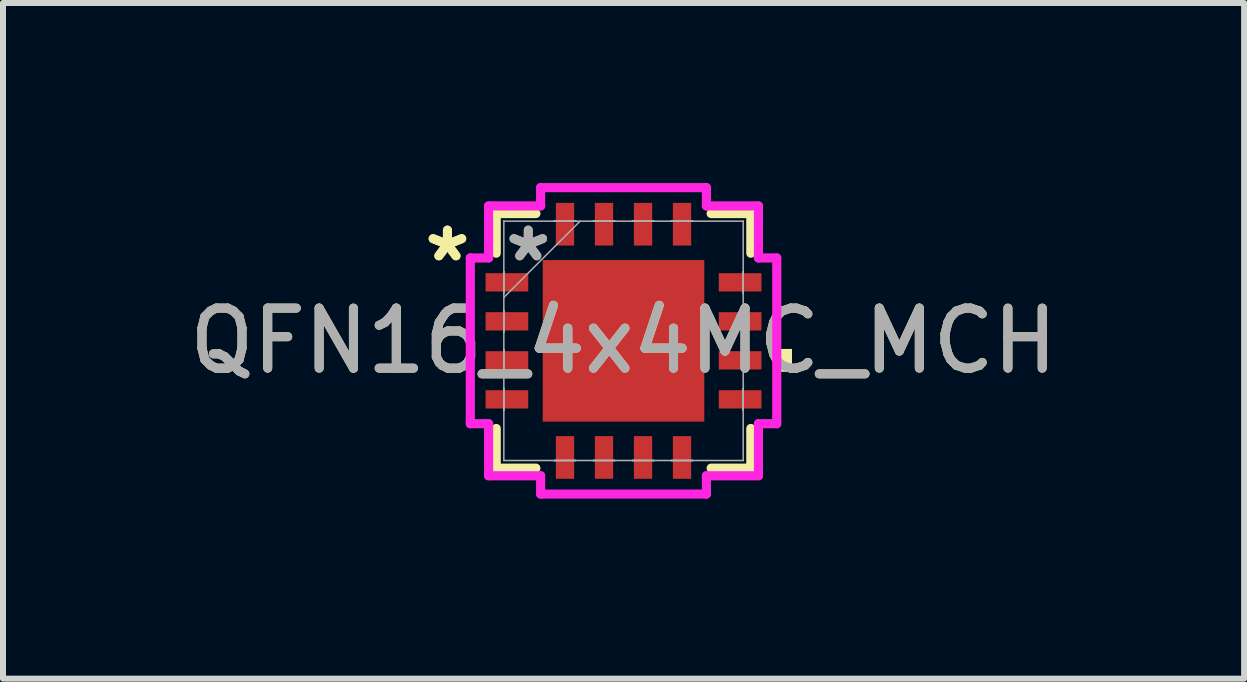
<source format=kicad_pcb>
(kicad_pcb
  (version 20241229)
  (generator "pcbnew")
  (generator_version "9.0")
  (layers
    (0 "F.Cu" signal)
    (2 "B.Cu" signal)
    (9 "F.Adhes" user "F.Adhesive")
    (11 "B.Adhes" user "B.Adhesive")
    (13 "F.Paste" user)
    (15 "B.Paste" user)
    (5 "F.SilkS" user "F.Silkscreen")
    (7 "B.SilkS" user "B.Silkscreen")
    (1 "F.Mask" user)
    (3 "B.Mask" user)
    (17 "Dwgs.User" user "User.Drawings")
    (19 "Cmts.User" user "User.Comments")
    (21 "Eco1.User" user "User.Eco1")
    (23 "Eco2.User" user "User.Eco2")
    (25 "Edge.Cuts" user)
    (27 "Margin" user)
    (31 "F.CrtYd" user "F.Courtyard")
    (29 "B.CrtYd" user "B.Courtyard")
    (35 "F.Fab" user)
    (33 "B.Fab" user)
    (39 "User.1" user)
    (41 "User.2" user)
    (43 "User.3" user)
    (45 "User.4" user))
  (footprint "QFN16_4x4MC_MCH"
    (layer "F.Cu")
    (at 7.339 2.629)
    (property "Reference" "QFN16_4x4MC_MCH" (at 0 0 0) (unlocked yes) (layer "F.SilkS") (effects (font (size 1 1) (thickness 0.15))))
    (attr smd)
    (fp_line (start -2.121 -2.121) (end -2.121 -1.46) (stroke (width 0.152) (type solid)) (layer "F.SilkS"))
    (fp_line (start -2.121 1.46) (end -2.121 2.121) (stroke (width 0.152) (type solid)) (layer "F.SilkS"))
    (fp_line (start -2.121 2.121) (end -1.46 2.121) (stroke (width 0.152) (type solid)) (layer "F.SilkS"))
    (fp_line (start -1.46 -2.121) (end -2.121 -2.121) (stroke (width 0.152) (type solid)) (layer "F.SilkS"))
    (fp_line (start 1.46 2.121) (end 2.121 2.121) (stroke (width 0.152) (type solid)) (layer "F.SilkS"))
    (fp_line (start 2.121 -2.121) (end 1.46 -2.121) (stroke (width 0.152) (type solid)) (layer "F.SilkS"))
    (fp_line (start 2.121 -1.46) (end 2.121 -2.121) (stroke (width 0.152) (type solid)) (layer "F.SilkS"))
    (fp_line (start 2.121 2.121) (end 2.121 1.46) (stroke (width 0.152) (type solid)) (layer "F.SilkS"))
    (fp_poly (pts (xy 2.807 0.135) (xy 2.807 0.516) (xy 2.553 0.516) (xy 2.553 0.135)) (stroke (width 0) (type solid)) (fill yes) (layer "F.SilkS"))
    (fp_poly (pts (xy -1.246 -1.246) (xy -1.246 -0.1) (xy -0.1 -0.1) (xy -0.1 -1.246)) (stroke (width 0) (type solid)) (fill yes) (layer "F.Paste"))
    (fp_poly (pts (xy -1.246 0.1) (xy -1.246 1.246) (xy -0.1 1.246) (xy -0.1 0.1)) (stroke (width 0) (type solid)) (fill yes) (layer "F.Paste"))
    (fp_poly (pts (xy 0.1 -1.246) (xy 0.1 -0.1) (xy 1.246 -0.1) (xy 1.246 -1.246)) (stroke (width 0) (type solid)) (fill yes) (layer "F.Paste"))
    (fp_poly (pts (xy 0.1 0.1) (xy 0.1 1.246) (xy 1.246 1.246) (xy 1.246 0.1)) (stroke (width 0) (type solid)) (fill yes) (layer "F.Paste"))
    (fp_line (start -2.553 -1.381) (end -2.248 -1.381) (stroke (width 0.152) (type solid)) (layer "F.CrtYd"))
    (fp_line (start -2.553 1.381) (end -2.553 -1.381) (stroke (width 0.152) (type solid)) (layer "F.CrtYd"))
    (fp_line (start -2.248 -2.248) (end -1.381 -2.248) (stroke (width 0.152) (type solid)) (layer "F.CrtYd"))
    (fp_line (start -2.248 -1.381) (end -2.248 -2.248) (stroke (width 0.152) (type solid)) (layer "F.CrtYd"))
    (fp_line (start -2.248 1.381) (end -2.553 1.381) (stroke (width 0.152) (type solid)) (layer "F.CrtYd"))
    (fp_line (start -2.248 2.248) (end -2.248 1.381) (stroke (width 0.152) (type solid)) (layer "F.CrtYd"))
    (fp_line (start -1.381 -2.553) (end 1.381 -2.553) (stroke (width 0.152) (type solid)) (layer "F.CrtYd"))
    (fp_line (start -1.381 -2.248) (end -1.381 -2.553) (stroke (width 0.152) (type solid)) (layer "F.CrtYd"))
    (fp_line (start -1.381 2.248) (end -2.248 2.248) (stroke (width 0.152) (type solid)) (layer "F.CrtYd"))
    (fp_line (start -1.381 2.553) (end -1.381 2.248) (stroke (width 0.152) (type solid)) (layer "F.CrtYd"))
    (fp_line (start 1.381 -2.553) (end 1.381 -2.248) (stroke (width 0.152) (type solid)) (layer "F.CrtYd"))
    (fp_line (start 1.381 -2.248) (end 2.248 -2.248) (stroke (width 0.152) (type solid)) (layer "F.CrtYd"))
    (fp_line (start 1.381 2.248) (end 1.381 2.553) (stroke (width 0.152) (type solid)) (layer "F.CrtYd"))
    (fp_line (start 1.381 2.553) (end -1.381 2.553) (stroke (width 0.152) (type solid)) (layer "F.CrtYd"))
    (fp_line (start 2.248 -2.248) (end 2.248 -1.381) (stroke (width 0.152) (type solid)) (layer "F.CrtYd"))
    (fp_line (start 2.248 -1.381) (end 2.553 -1.381) (stroke (width 0.152) (type solid)) (layer "F.CrtYd"))
    (fp_line (start 2.248 1.381) (end 2.248 2.248) (stroke (width 0.152) (type solid)) (layer "F.CrtYd"))
    (fp_line (start 2.248 2.248) (end 1.381 2.248) (stroke (width 0.152) (type solid)) (layer "F.CrtYd"))
    (fp_line (start 2.553 -1.381) (end 2.553 1.381) (stroke (width 0.152) (type solid)) (layer "F.CrtYd"))
    (fp_line (start 2.553 1.381) (end 2.248 1.381) (stroke (width 0.152) (type solid)) (layer "F.CrtYd"))
    (fp_line (start -1.994 -1.994) (end -1.994 -1.994) (stroke (width 0.025) (type solid)) (layer "F.Fab"))
    (fp_line (start -1.994 -1.994) (end -1.994 1.994) (stroke (width 0.025) (type solid)) (layer "F.Fab"))
    (fp_line (start -1.994 -1.153) (end -1.994 -1.153) (stroke (width 0.025) (type solid)) (layer "F.Fab"))
    (fp_line (start -1.994 -1.153) (end -1.994 -0.797) (stroke (width 0.025) (type solid)) (layer "F.Fab"))
    (fp_line (start -1.994 -0.797) (end -1.994 -1.153) (stroke (width 0.025) (type solid)) (layer "F.Fab"))
    (fp_line (start -1.994 -0.797) (end -1.994 -0.797) (stroke (width 0.025) (type solid)) (layer "F.Fab"))
    (fp_line (start -1.994 -0.724) (end -0.724 -1.994) (stroke (width 0.025) (type solid)) (layer "F.Fab"))
    (fp_line (start -1.994 -0.503) (end -1.994 -0.503) (stroke (width 0.025) (type solid)) (layer "F.Fab"))
    (fp_line (start -1.994 -0.503) (end -1.994 -0.147) (stroke (width 0.025) (type solid)) (layer "F.Fab"))
    (fp_line (start -1.994 -0.147) (end -1.994 -0.503) (stroke (width 0.025) (type solid)) (layer "F.Fab"))
    (fp_line (start -1.994 -0.147) (end -1.994 -0.147) (stroke (width 0.025) (type solid)) (layer "F.Fab"))
    (fp_line (start -1.994 0.147) (end -1.994 0.147) (stroke (width 0.025) (type solid)) (layer "F.Fab"))
    (fp_line (start -1.994 0.147) (end -1.994 0.503) (stroke (width 0.025) (type solid)) (layer "F.Fab"))
    (fp_line (start -1.994 0.503) (end -1.994 0.147) (stroke (width 0.025) (type solid)) (layer "F.Fab"))
    (fp_line (start -1.994 0.503) (end -1.994 0.503) (stroke (width 0.025) (type solid)) (layer "F.Fab"))
    (fp_line (start -1.994 0.797) (end -1.994 0.797) (stroke (width 0.025) (type solid)) (layer "F.Fab"))
    (fp_line (start -1.994 0.797) (end -1.994 1.153) (stroke (width 0.025) (type solid)) (layer "F.Fab"))
    (fp_line (start -1.994 1.153) (end -1.994 0.797) (stroke (width 0.025) (type solid)) (layer "F.Fab"))
    (fp_line (start -1.994 1.153) (end -1.994 1.153) (stroke (width 0.025) (type solid)) (layer "F.Fab"))
    (fp_line (start -1.994 1.994) (end -1.994 1.994) (stroke (width 0.025) (type solid)) (layer "F.Fab"))
    (fp_line (start -1.994 1.994) (end 1.994 1.994) (stroke (width 0.025) (type solid)) (layer "F.Fab"))
    (fp_line (start -1.153 -1.994) (end -1.153 -1.994) (stroke (width 0.025) (type solid)) (layer "F.Fab"))
    (fp_line (start -1.153 -1.994) (end -0.797 -1.994) (stroke (width 0.025) (type solid)) (layer "F.Fab"))
    (fp_line (start -1.153 1.994) (end -1.153 1.994) (stroke (width 0.025) (type solid)) (layer "F.Fab"))
    (fp_line (start -1.153 1.994) (end -0.797 1.994) (stroke (width 0.025) (type solid)) (layer "F.Fab"))
    (fp_line (start -0.797 -1.994) (end -1.153 -1.994) (stroke (width 0.025) (type solid)) (layer "F.Fab"))
    (fp_line (start -0.797 -1.994) (end -0.797 -1.994) (stroke (width 0.025) (type solid)) (layer "F.Fab"))
    (fp_line (start -0.797 1.994) (end -1.153 1.994) (stroke (width 0.025) (type solid)) (layer "F.Fab"))
    (fp_line (start -0.797 1.994) (end -0.797 1.994) (stroke (width 0.025) (type solid)) (layer "F.Fab"))
    (fp_line (start -0.503 -1.994) (end -0.503 -1.994) (stroke (width 0.025) (type solid)) (layer "F.Fab"))
    (fp_line (start -0.503 -1.994) (end -0.147 -1.994) (stroke (width 0.025) (type solid)) (layer "F.Fab"))
    (fp_line (start -0.503 1.994) (end -0.503 1.994) (stroke (width 0.025) (type solid)) (layer "F.Fab"))
    (fp_line (start -0.503 1.994) (end -0.147 1.994) (stroke (width 0.025) (type solid)) (layer "F.Fab"))
    (fp_line (start -0.147 -1.994) (end -0.503 -1.994) (stroke (width 0.025) (type solid)) (layer "F.Fab"))
    (fp_line (start -0.147 -1.994) (end -0.147 -1.994) (stroke (width 0.025) (type solid)) (layer "F.Fab"))
    (fp_line (start -0.147 1.994) (end -0.503 1.994) (stroke (width 0.025) (type solid)) (layer "F.Fab"))
    (fp_line (start -0.147 1.994) (end -0.147 1.994) (stroke (width 0.025) (type solid)) (layer "F.Fab"))
    (fp_line (start 0.147 -1.994) (end 0.147 -1.994) (stroke (width 0.025) (type solid)) (layer "F.Fab"))
    (fp_line (start 0.147 -1.994) (end 0.503 -1.994) (stroke (width 0.025) (type solid)) (layer "F.Fab"))
    (fp_line (start 0.147 1.994) (end 0.147 1.994) (stroke (width 0.025) (type solid)) (layer "F.Fab"))
    (fp_line (start 0.147 1.994) (end 0.503 1.994) (stroke (width 0.025) (type solid)) (layer "F.Fab"))
    (fp_line (start 0.503 -1.994) (end 0.147 -1.994) (stroke (width 0.025) (type solid)) (layer "F.Fab"))
    (fp_line (start 0.503 -1.994) (end 0.503 -1.994) (stroke (width 0.025) (type solid)) (layer "F.Fab"))
    (fp_line (start 0.503 1.994) (end 0.147 1.994) (stroke (width 0.025) (type solid)) (layer "F.Fab"))
    (fp_line (start 0.503 1.994) (end 0.503 1.994) (stroke (width 0.025) (type solid)) (layer "F.Fab"))
    (fp_line (start 0.797 -1.994) (end 0.797 -1.994) (stroke (width 0.025) (type solid)) (layer "F.Fab"))
    (fp_line (start 0.797 -1.994) (end 1.153 -1.994) (stroke (width 0.025) (type solid)) (layer "F.Fab"))
    (fp_line (start 0.797 1.994) (end 0.797 1.994) (stroke (width 0.025) (type solid)) (layer "F.Fab"))
    (fp_line (start 0.797 1.994) (end 1.153 1.994) (stroke (width 0.025) (type solid)) (layer "F.Fab"))
    (fp_line (start 1.153 -1.994) (end 0.797 -1.994) (stroke (width 0.025) (type solid)) (layer "F.Fab"))
    (fp_line (start 1.153 -1.994) (end 1.153 -1.994) (stroke (width 0.025) (type solid)) (layer "F.Fab"))
    (fp_line (start 1.153 1.994) (end 0.797 1.994) (stroke (width 0.025) (type solid)) (layer "F.Fab"))
    (fp_line (start 1.153 1.994) (end 1.153 1.994) (stroke (width 0.025) (type solid)) (layer "F.Fab"))
    (fp_line (start 1.994 -1.994) (end -1.994 -1.994) (stroke (width 0.025) (type solid)) (layer "F.Fab"))
    (fp_line (start 1.994 -1.994) (end 1.994 -1.994) (stroke (width 0.025) (type solid)) (layer "F.Fab"))
    (fp_line (start 1.994 -1.153) (end 1.994 -1.153) (stroke (width 0.025) (type solid)) (layer "F.Fab"))
    (fp_line (start 1.994 -1.153) (end 1.994 -0.797) (stroke (width 0.025) (type solid)) (layer "F.Fab"))
    (fp_line (start 1.994 -0.797) (end 1.994 -1.153) (stroke (width 0.025) (type solid)) (layer "F.Fab"))
    (fp_line (start 1.994 -0.797) (end 1.994 -0.797) (stroke (width 0.025) (type solid)) (layer "F.Fab"))
    (fp_line (start 1.994 -0.503) (end 1.994 -0.503) (stroke (width 0.025) (type solid)) (layer "F.Fab"))
    (fp_line (start 1.994 -0.503) (end 1.994 -0.147) (stroke (width 0.025) (type solid)) (layer "F.Fab"))
    (fp_line (start 1.994 -0.147) (end 1.994 -0.503) (stroke (width 0.025) (type solid)) (layer "F.Fab"))
    (fp_line (start 1.994 -0.147) (end 1.994 -0.147) (stroke (width 0.025) (type solid)) (layer "F.Fab"))
    (fp_line (start 1.994 0.147) (end 1.994 0.147) (stroke (width 0.025) (type solid)) (layer "F.Fab"))
    (fp_line (start 1.994 0.147) (end 1.994 0.503) (stroke (width 0.025) (type solid)) (layer "F.Fab"))
    (fp_line (start 1.994 0.503) (end 1.994 0.147) (stroke (width 0.025) (type solid)) (layer "F.Fab"))
    (fp_line (start 1.994 0.503) (end 1.994 0.503) (stroke (width 0.025) (type solid)) (layer "F.Fab"))
    (fp_line (start 1.994 0.797) (end 1.994 0.797) (stroke (width 0.025) (type solid)) (layer "F.Fab"))
    (fp_line (start 1.994 0.797) (end 1.994 1.153) (stroke (width 0.025) (type solid)) (layer "F.Fab"))
    (fp_line (start 1.994 1.153) (end 1.994 0.797) (stroke (width 0.025) (type solid)) (layer "F.Fab"))
    (fp_line (start 1.994 1.153) (end 1.994 1.153) (stroke (width 0.025) (type solid)) (layer "F.Fab"))
    (fp_line (start 1.994 1.994) (end 1.994 -1.994) (stroke (width 0.025) (type solid)) (layer "F.Fab"))
    (fp_line (start 1.994 1.994) (end 1.994 1.994) (stroke (width 0.025) (type solid)) (layer "F.Fab"))
    (fp_text user "*" (at -2.934 -1.3 0) (unlocked yes) (layer "F.SilkS") (effects (font (size 1 1) (thickness 0.15))))
    (fp_text user "*" (at -2.934 -1.3 0) (layer "F.SilkS") (effects (font (size 1 1) (thickness 0.15))))
    (fp_text user "*" (at -1.587 -1.3 0) (layer "F.Fab") (effects (font (size 1 1) (thickness 0.15))))
    (fp_text user "${REFERENCE}" (at 0 0 0) (unlocked yes) (layer "F.Fab") (effects (font (size 1 1) (thickness 0.15))))
    (fp_text user "*" (at -1.587 -1.3 0) (unlocked yes) (layer "F.Fab") (effects (font (size 1 1) (thickness 0.15))))
    (pad "1" smd rect (at -1.943 -0.975 90) (size 0.305 0.711) (layers "F.Cu" "F.Mask" "F.Paste"))
    (pad "2" smd rect (at -1.943 -0.325 90) (size 0.305 0.711) (layers "F.Cu" "F.Mask" "F.Paste"))
    (pad "3" smd rect (at -1.943 0.325 90) (size 0.305 0.711) (layers "F.Cu" "F.Mask" "F.Paste"))
    (pad "4" smd rect (at -1.943 0.975 90) (size 0.305 0.711) (layers "F.Cu" "F.Mask" "F.Paste"))
    (pad "5" smd rect (at -0.975 1.943) (size 0.305 0.711) (layers "F.Cu" "F.Mask" "F.Paste"))
    (pad "6" smd rect (at -0.325 1.943) (size 0.305 0.711) (layers "F.Cu" "F.Mask" "F.Paste"))
    (pad "7" smd rect (at 0.325 1.943) (size 0.305 0.711) (layers "F.Cu" "F.Mask" "F.Paste"))
    (pad "8" smd rect (at 0.975 1.943) (size 0.305 0.711) (layers "F.Cu" "F.Mask" "F.Paste"))
    (pad "9" smd rect (at 1.943 0.975 90) (size 0.305 0.711) (layers "F.Cu" "F.Mask" "F.Paste"))
    (pad "10" smd rect (at 1.943 0.325 90) (size 0.305 0.711) (layers "F.Cu" "F.Mask" "F.Paste"))
    (pad "11" smd rect (at 1.943 -0.325 90) (size 0.305 0.711) (layers "F.Cu" "F.Mask" "F.Paste"))
    (pad "12" smd rect (at 1.943 -0.975 90) (size 0.305 0.711) (layers "F.Cu" "F.Mask" "F.Paste"))
    (pad "13" smd rect (at 0.975 -1.943) (size 0.305 0.711) (layers "F.Cu" "F.Mask" "F.Paste"))
    (pad "14" smd rect (at 0.325 -1.943) (size 0.305 0.711) (layers "F.Cu" "F.Mask" "F.Paste"))
    (pad "15" smd rect (at -0.325 -1.943) (size 0.305 0.711) (layers "F.Cu" "F.Mask" "F.Paste"))
    (pad "16" smd rect (at -0.975 -1.943) (size 0.305 0.711) (layers "F.Cu" "F.Mask" "F.Paste"))
    (pad "17" smd rect (at 0 0) (size 2.692 2.692) (layers "F.Cu" "F.Mask" "F.Paste")))
  (gr_rect
    (start -3 -3)
    (end 17.679 8.258)
    (stroke (width 0.1) (type default))
    (fill no)
    (layer "Edge.Cuts")))
</source>
